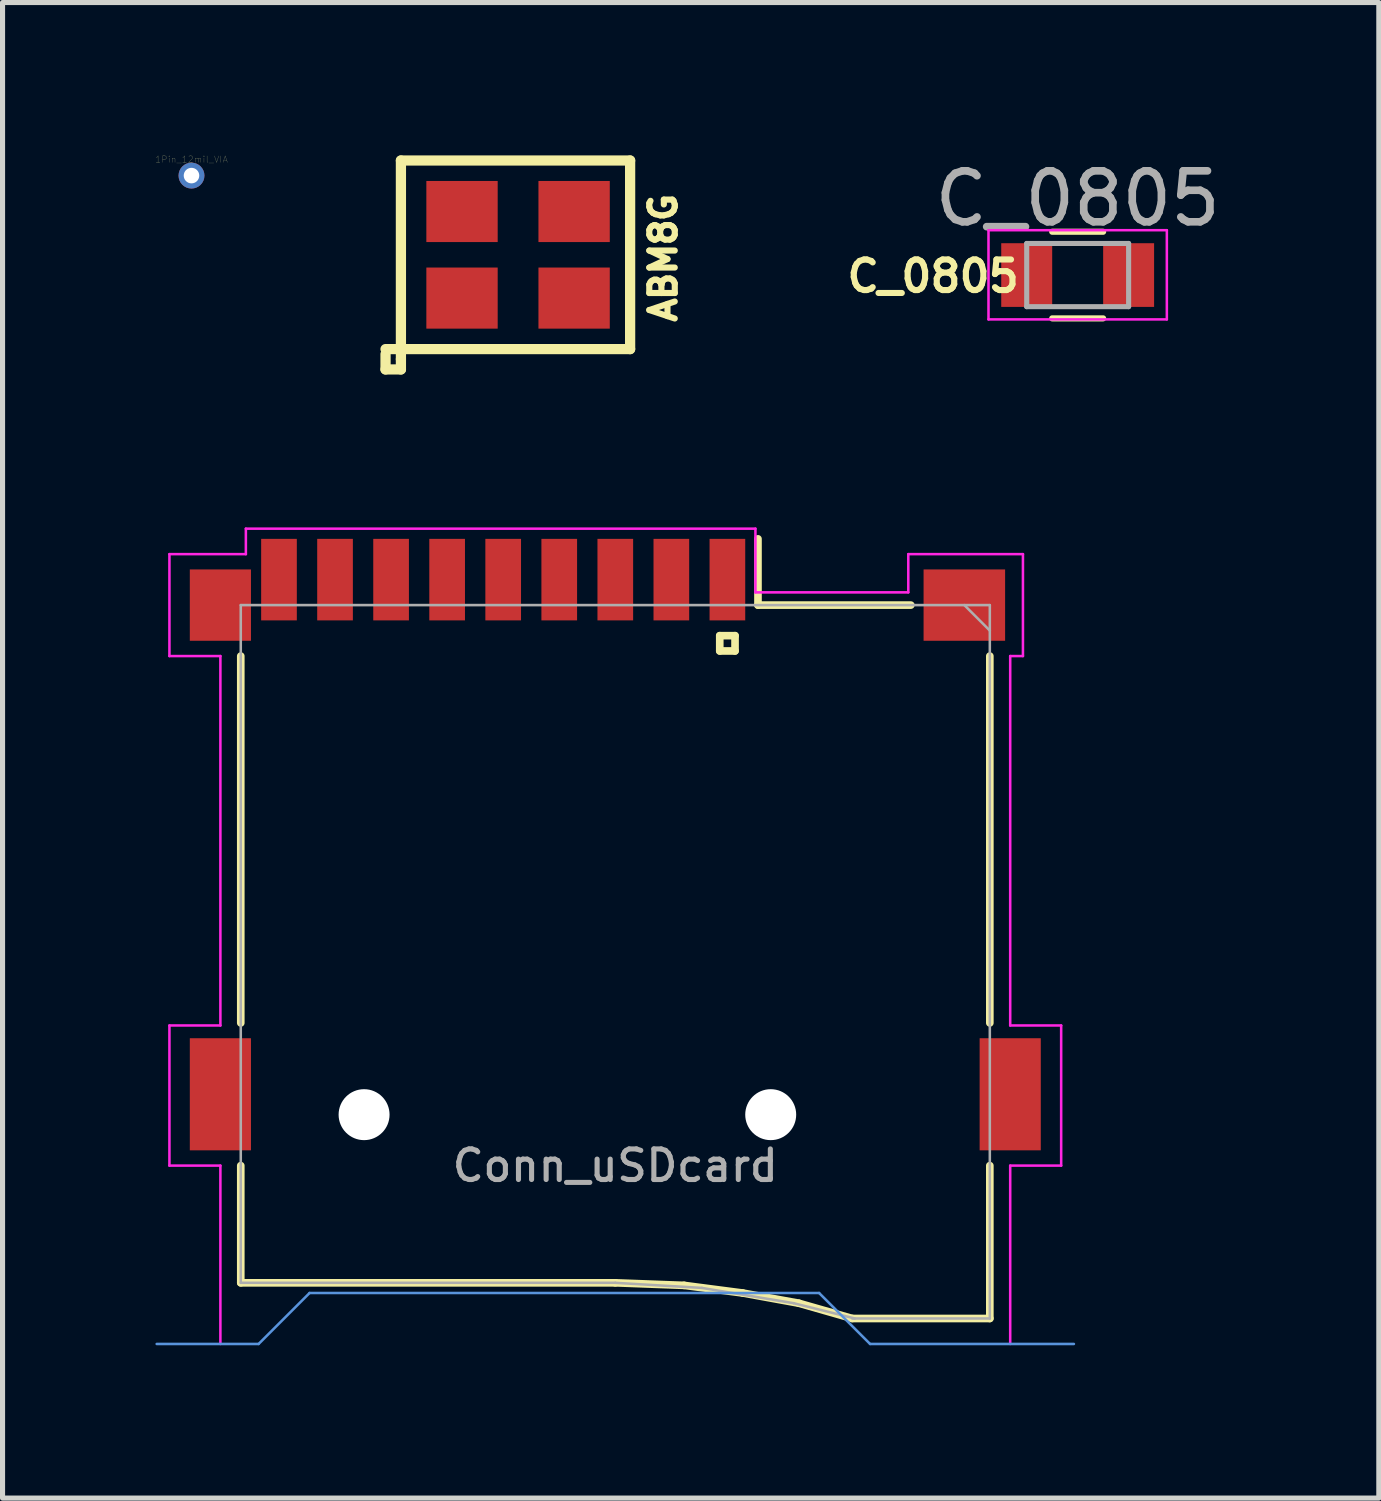
<source format=kicad_pcb>
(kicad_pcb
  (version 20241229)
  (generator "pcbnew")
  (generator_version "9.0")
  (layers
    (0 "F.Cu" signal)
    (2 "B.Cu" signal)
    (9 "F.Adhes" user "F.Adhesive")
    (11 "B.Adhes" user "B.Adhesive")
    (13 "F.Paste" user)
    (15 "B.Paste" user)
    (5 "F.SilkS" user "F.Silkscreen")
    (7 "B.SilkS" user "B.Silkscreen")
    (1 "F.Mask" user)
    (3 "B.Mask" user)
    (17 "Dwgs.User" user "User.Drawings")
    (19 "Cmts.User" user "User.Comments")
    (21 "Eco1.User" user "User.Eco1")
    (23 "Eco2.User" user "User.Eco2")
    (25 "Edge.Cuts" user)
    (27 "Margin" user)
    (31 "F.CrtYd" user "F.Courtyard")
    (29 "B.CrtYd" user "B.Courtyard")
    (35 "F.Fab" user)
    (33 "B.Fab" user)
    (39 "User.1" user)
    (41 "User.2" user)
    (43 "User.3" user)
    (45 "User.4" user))
  (footprint "C_0805"
    (layer "F.Cu")
    (at 18.099 2.348)
    (property "Reference" "C_0805" (at -2.837 0.023 0) (layer "F.SilkS") (effects (font (size 0.6 0.6) (thickness 0.12))))
    (attr smd)
    (fp_line (start -0.5 0.85) (end 0.5 0.85) (stroke (width 0.12) (type solid)) (layer "F.SilkS"))
    (fp_line (start 0.5 -0.85) (end -0.5 -0.85) (stroke (width 0.12) (type solid)) (layer "F.SilkS"))
    (fp_line (start -1.75 -0.88) (end -1.75 0.87) (stroke (width 0.05) (type solid)) (layer "F.CrtYd"))
    (fp_line (start -1.75 -0.88) (end 1.75 -0.88) (stroke (width 0.05) (type solid)) (layer "F.CrtYd"))
    (fp_line (start 1.75 0.87) (end -1.75 0.87) (stroke (width 0.05) (type solid)) (layer "F.CrtYd"))
    (fp_line (start 1.75 0.87) (end 1.75 -0.88) (stroke (width 0.05) (type solid)) (layer "F.CrtYd"))
    (fp_line (start -1 -0.62) (end 1 -0.62) (stroke (width 0.1) (type solid)) (layer "F.Fab"))
    (fp_line (start -1 0.62) (end -1 -0.62) (stroke (width 0.1) (type solid)) (layer "F.Fab"))
    (fp_line (start 1 -0.62) (end 1 0.62) (stroke (width 0.1) (type solid)) (layer "F.Fab"))
    (fp_line (start 1 0.62) (end -1 0.62) (stroke (width 0.1) (type solid)) (layer "F.Fab"))
    (fp_text user "${REFERENCE}" (at 0 -1.5 0) (layer "F.Fab") (effects (font (size 1 1) (thickness 0.15))))
    (pad "1" smd rect (at -1 0) (size 1 1.25) (layers "F.Cu" "F.Mask" "F.Paste"))
    (pad "2" smd rect (at 1 0) (size 1 1.25) (layers "F.Cu" "F.Mask" "F.Paste")))
  (footprint "1Pin_12mil_VIA"
    (layer "F.Cu")
    (at 0.708 0.396)
    (property "Reference" "1Pin_12mil_VIA" (at 0 -0.318 0) (layer "F.SilkS") (effects (font (size 0.127 0.127) (thickness 0.003))))
    (attr through_hole)
    (pad "1" thru_hole circle (at 0 0) (size 0.508 0.508) (drill 0.305) (layers "*.Cu")))
  (footprint "Conn_uSDcard"
    (layer "F.Cu")
    (at 9.025 18.825)
    (property "Reference" "Conn_uSDcard" (at 0 1 180) (layer "F.Fab") (effects (font (size 0.6 0.6) (thickness 0.1))))
    (attr through_hole)
    (fp_line (start -7.35 -1.8) (end -7.35 -9) (stroke (width 0.15) (type solid)) (layer "F.SilkS"))
    (fp_line (start -7.35 1) (end -7.35 3.3) (stroke (width 0.15) (type solid)) (layer "F.SilkS"))
    (fp_line (start -7.35 3.3) (end 0 3.3) (stroke (width 0.15) (type solid)) (layer "F.SilkS"))
    (fp_line (start 0 3.3) (end 1.35 3.35) (stroke (width 0.15) (type solid)) (layer "F.SilkS"))
    (fp_line (start 1.35 3.35) (end 2.5 3.5) (stroke (width 0.15) (type solid)) (layer "F.SilkS"))
    (fp_line (start 2.05 -9.4) (end 2.05 -9.1) (stroke (width 0.15) (type solid)) (layer "F.SilkS"))
    (fp_line (start 2.05 -9.1) (end 2.35 -9.1) (stroke (width 0.15) (type solid)) (layer "F.SilkS"))
    (fp_line (start 2.35 -9.4) (end 2.05 -9.4) (stroke (width 0.15) (type solid)) (layer "F.SilkS"))
    (fp_line (start 2.35 -9.1) (end 2.35 -9.4) (stroke (width 0.15) (type solid)) (layer "F.SilkS"))
    (fp_line (start 2.5 3.5) (end 3.6 3.7) (stroke (width 0.15) (type solid)) (layer "F.SilkS"))
    (fp_line (start 2.8 -10) (end 2.8 -11.3) (stroke (width 0.15) (type solid)) (layer "F.SilkS"))
    (fp_line (start 2.8 -10) (end 5.8 -10) (stroke (width 0.15) (type solid)) (layer "F.SilkS"))
    (fp_line (start 3.6 3.7) (end 4.65 4) (stroke (width 0.15) (type solid)) (layer "F.SilkS"))
    (fp_line (start 4.65 4) (end 7.35 4) (stroke (width 0.15) (type solid)) (layer "F.SilkS"))
    (fp_line (start 7.35 -9) (end 7.35 -1.8) (stroke (width 0.15) (type solid)) (layer "F.SilkS"))
    (fp_line (start 7.35 4) (end 7.35 1) (stroke (width 0.15) (type solid)) (layer "F.SilkS"))
    (fp_line (start -9 4.5) (end -7 4.5) (stroke (width 0.05) (type solid)) (layer "Cmts.User"))
    (fp_line (start -7 4.5) (end -6 3.5) (stroke (width 0.05) (type solid)) (layer "Cmts.User"))
    (fp_line (start -6 3.5) (end 4 3.5) (stroke (width 0.05) (type solid)) (layer "Cmts.User"))
    (fp_line (start 4 3.5) (end 5 4.5) (stroke (width 0.05) (type solid)) (layer "Cmts.User"))
    (fp_line (start 5 4.5) (end 9 4.5) (stroke (width 0.05) (type solid)) (layer "Cmts.User"))
    (fp_line (start -8.75 -11) (end -7.25 -11) (stroke (width 0.05) (type solid)) (layer "F.CrtYd"))
    (fp_line (start -8.75 -9) (end -8.75 -11) (stroke (width 0.05) (type solid)) (layer "F.CrtYd"))
    (fp_line (start -8.75 -1.75) (end -7.75 -1.75) (stroke (width 0.05) (type solid)) (layer "F.CrtYd"))
    (fp_line (start -8.75 1) (end -8.75 -1.75) (stroke (width 0.05) (type solid)) (layer "F.CrtYd"))
    (fp_line (start -7.75 -9) (end -8.75 -9) (stroke (width 0.05) (type solid)) (layer "F.CrtYd"))
    (fp_line (start -7.75 -1.75) (end -7.75 -9) (stroke (width 0.05) (type solid)) (layer "F.CrtYd"))
    (fp_line (start -7.75 1) (end -8.75 1) (stroke (width 0.05) (type solid)) (layer "F.CrtYd"))
    (fp_line (start -7.75 4.5) (end -7.75 1) (stroke (width 0.05) (type solid)) (layer "F.CrtYd"))
    (fp_line (start -7.25 -11.5) (end 2.75 -11.5) (stroke (width 0.05) (type solid)) (layer "F.CrtYd"))
    (fp_line (start -7.25 -11) (end -7.25 -11.5) (stroke (width 0.05) (type solid)) (layer "F.CrtYd"))
    (fp_line (start 2.75 -11.5) (end 2.75 -10.25) (stroke (width 0.05) (type solid)) (layer "F.CrtYd"))
    (fp_line (start 2.75 -10.25) (end 5.75 -10.25) (stroke (width 0.05) (type solid)) (layer "F.CrtYd"))
    (fp_line (start 5.75 -11) (end 8 -11) (stroke (width 0.05) (type solid)) (layer "F.CrtYd"))
    (fp_line (start 5.75 -10.25) (end 5.75 -11) (stroke (width 0.05) (type solid)) (layer "F.CrtYd"))
    (fp_line (start 7.75 -9) (end 7.75 -1.75) (stroke (width 0.05) (type solid)) (layer "F.CrtYd"))
    (fp_line (start 7.75 -1.75) (end 8.75 -1.75) (stroke (width 0.05) (type solid)) (layer "F.CrtYd"))
    (fp_line (start 7.75 1) (end 7.75 4.5) (stroke (width 0.05) (type solid)) (layer "F.CrtYd"))
    (fp_line (start 8 -11) (end 8 -9) (stroke (width 0.05) (type solid)) (layer "F.CrtYd"))
    (fp_line (start 8 -9) (end 7.75 -9) (stroke (width 0.05) (type solid)) (layer "F.CrtYd"))
    (fp_line (start 8.75 -1.75) (end 8.75 1) (stroke (width 0.05) (type solid)) (layer "F.CrtYd"))
    (fp_line (start 8.75 1) (end 7.75 1) (stroke (width 0.05) (type solid)) (layer "F.CrtYd"))
    (fp_line (start -7.35 -10) (end -7.35 3.3) (stroke (width 0.05) (type solid)) (layer "F.Fab"))
    (fp_line (start -7.35 -10) (end 7.35 -10) (stroke (width 0.05) (type solid)) (layer "F.Fab"))
    (fp_line (start -7.35 3.3) (end 0 3.3) (stroke (width 0.05) (type solid)) (layer "F.Fab"))
    (fp_line (start 0 3.3) (end 1.7 3.4) (stroke (width 0.05) (type solid)) (layer "F.Fab"))
    (fp_line (start 1.7 3.4) (end 3.5 3.7) (stroke (width 0.05) (type solid)) (layer "F.Fab"))
    (fp_line (start 3.5 3.7) (end 4.7 4) (stroke (width 0.05) (type solid)) (layer "F.Fab"))
    (fp_line (start 4.65 4) (end 7.35 4) (stroke (width 0.05) (type solid)) (layer "F.Fab"))
    (fp_line (start 7.35 -10) (end 7.35 4) (stroke (width 0.05) (type solid)) (layer "F.Fab"))
    (fp_line (start 7.35 -9.5) (end 6.85 -10) (stroke (width 0.05) (type solid)) (layer "F.Fab"))
    (fp_text user "${REFERENCE}" (at 2.1 -9.35 180) (layer "Eco1.User") (effects (font (size 0.3 0.3) (thickness 0.03))))
    (pad "" np_thru_hole circle (at -4.93 0) (size 1 1) (drill 1) (layers "*.Cu"))
    (pad "" np_thru_hole circle (at 3.05 0) (size 1 1) (drill 1) (layers "*.Cu"))
    (pad "1" smd rect (at 2.2 -10.5) (size 0.7 1.6) (layers "F.Cu" "F.Mask" "F.Paste"))
    (pad "2" smd rect (at 1.1 -10.5) (size 0.7 1.6) (layers "F.Cu" "F.Mask" "F.Paste"))
    (pad "3" smd rect (at 0 -10.5) (size 0.7 1.6) (layers "F.Cu" "F.Mask" "F.Paste"))
    (pad "4" smd rect (at -1.1 -10.5) (size 0.7 1.6) (layers "F.Cu" "F.Mask" "F.Paste"))
    (pad "5" smd rect (at -2.2 -10.5) (size 0.7 1.6) (layers "F.Cu" "F.Mask" "F.Paste"))
    (pad "6" smd rect (at -7.75 -10) (size 1.2 1.4) (layers "F.Cu" "F.Mask" "F.Paste"))
    (pad "6" smd rect (at -7.75 -0.4) (size 1.2 2.2) (layers "F.Cu" "F.Mask" "F.Paste"))
    (pad "6" smd rect (at -3.3 -10.5) (size 0.7 1.6) (layers "F.Cu" "F.Mask" "F.Paste"))
    (pad "6" smd rect (at 6.85 -10) (size 1.6 1.4) (layers "F.Cu" "F.Mask" "F.Paste"))
    (pad "6" smd rect (at 7.75 -0.4) (size 1.2 2.2) (layers "F.Cu" "F.Mask" "F.Paste"))
    (pad "7" smd rect (at -4.4 -10.5) (size 0.7 1.6) (layers "F.Cu" "F.Mask" "F.Paste"))
    (pad "8" smd rect (at -5.5 -10.5) (size 0.7 1.6) (layers "F.Cu" "F.Mask" "F.Paste"))
    (pad "9" smd rect (at -6.6 -10.5) (size 0.7 1.6) (layers "F.Cu" "F.Mask" "F.Paste")))
  (footprint "ABM8G"
    (placed yes)
    (layer "F.Cu")
    (at 6.017 2.8)
    (property "Reference" "ABM8G" (at 3.95 -0.79 270) (layer "F.SilkS") (effects (font (size 0.5 0.5) (thickness 0.12))))
    (attr through_hole)
    (fp_line (start -1.501 1.001) (end 3.299 1.001) (stroke (width 0.201) (type solid)) (layer "F.SilkS"))
    (fp_line (start -1.501 1.4) (end -1.501 1.1) (stroke (width 0.201) (type solid)) (layer "F.SilkS"))
    (fp_line (start -1.199 -2.7) (end -1.199 1.199) (stroke (width 0.201) (type solid)) (layer "F.SilkS"))
    (fp_line (start -1.199 1.199) (end -1.199 1.4) (stroke (width 0.201) (type solid)) (layer "F.SilkS"))
    (fp_line (start -1.199 1.4) (end -1.501 1.4) (stroke (width 0.201) (type solid)) (layer "F.SilkS"))
    (fp_line (start 3.299 -2.7) (end -1.199 -2.7) (stroke (width 0.201) (type solid)) (layer "F.SilkS"))
    (fp_line (start 3.299 1.001) (end 3.299 -2.7) (stroke (width 0.201) (type solid)) (layer "F.SilkS"))
    (pad "1" smd rect (at 0 0) (size 1.4 1.199) (layers "F.Cu" "F.Mask" "F.Paste"))
    (pad "2" smd rect (at 2.2 0) (size 1.4 1.199) (layers "F.Cu" "F.Mask" "F.Paste"))
    (pad "3" smd rect (at 2.2 -1.699) (size 1.4 1.199) (layers "F.Cu" "F.Mask" "F.Paste"))
    (pad "4" smd rect (at 0 -1.699) (size 1.4 1.199) (layers "F.Cu" "F.Mask" "F.Paste")))
  (gr_rect
    (start -3 -3)
    (end 24.009 26.35)
    (stroke (width 0.1) (type default))
    (fill no)
    (layer "Edge.Cuts")))
</source>
